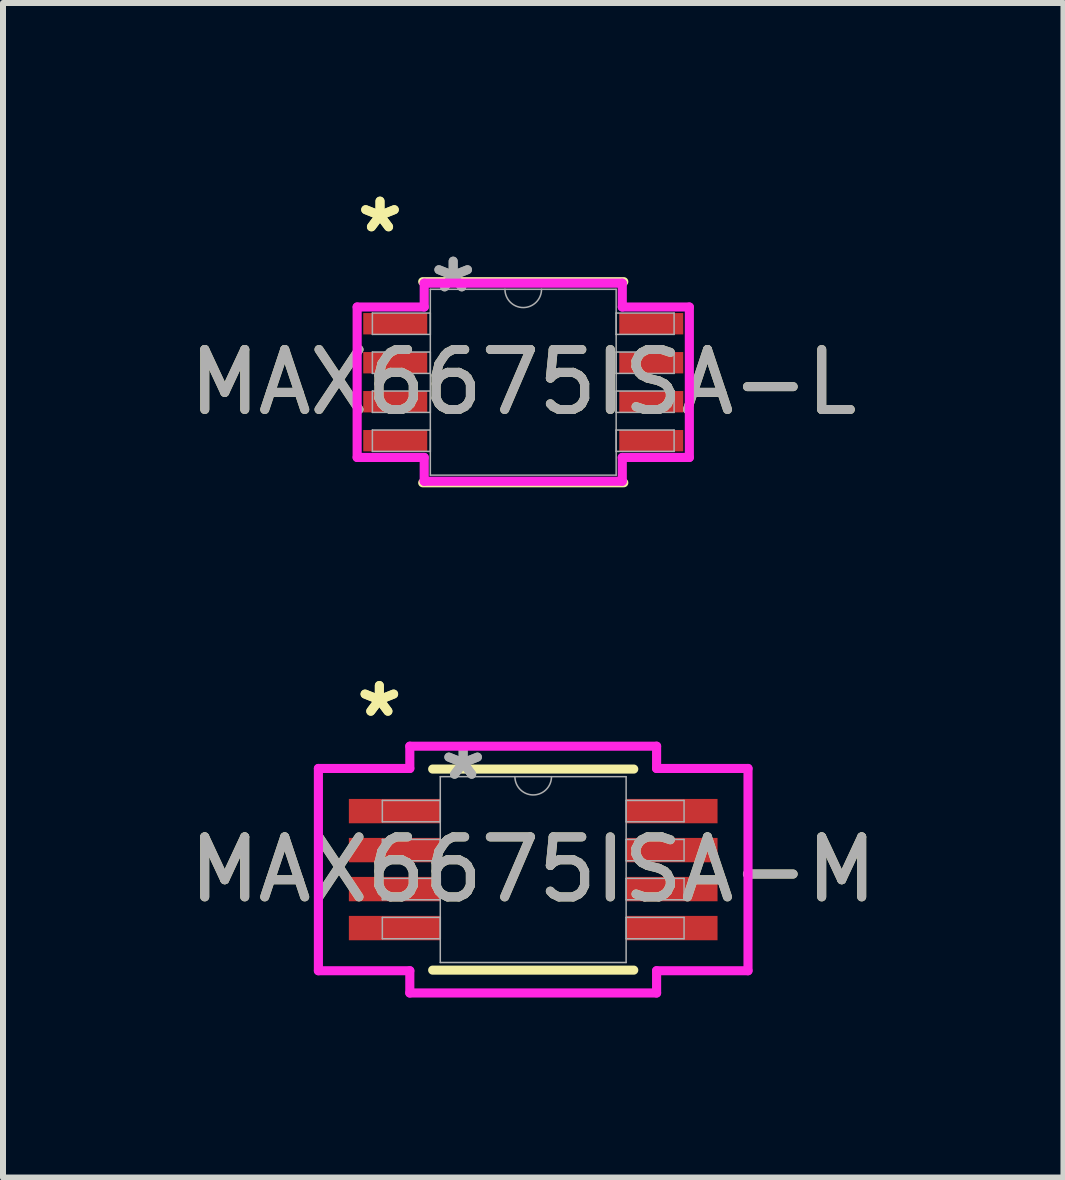
<source format=kicad_pcb>
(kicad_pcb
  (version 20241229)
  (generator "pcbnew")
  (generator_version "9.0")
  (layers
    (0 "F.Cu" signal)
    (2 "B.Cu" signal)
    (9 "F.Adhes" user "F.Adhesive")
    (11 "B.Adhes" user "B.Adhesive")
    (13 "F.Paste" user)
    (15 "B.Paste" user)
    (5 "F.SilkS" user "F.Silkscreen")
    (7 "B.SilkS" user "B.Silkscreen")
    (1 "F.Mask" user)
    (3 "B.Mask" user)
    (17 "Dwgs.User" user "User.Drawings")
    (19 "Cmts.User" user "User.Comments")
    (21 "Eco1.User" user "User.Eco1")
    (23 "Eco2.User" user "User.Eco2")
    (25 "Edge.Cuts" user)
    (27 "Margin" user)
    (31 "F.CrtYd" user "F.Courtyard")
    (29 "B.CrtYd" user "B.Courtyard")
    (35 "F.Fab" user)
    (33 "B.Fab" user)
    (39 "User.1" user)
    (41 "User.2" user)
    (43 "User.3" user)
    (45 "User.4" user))
  (footprint "MAX6675ISA-L"
    (layer "F.Cu")
    (at 5.673 3.322)
    (property "Reference" "MAX6675ISA-L" (at 0 0 0) (unlocked yes) (layer "F.SilkS") (effects (font (size 1 1) (thickness 0.15))))
    (attr smd)
    (fp_line (start -1.676 1.676) (end 1.676 1.676) (stroke (width 0.152) (type solid)) (layer "F.SilkS"))
    (fp_line (start 1.676 -1.676) (end -1.676 -1.676) (stroke (width 0.152) (type solid)) (layer "F.SilkS"))
    (fp_line (start -2.769 -1.254) (end -1.651 -1.254) (stroke (width 0.152) (type solid)) (layer "F.CrtYd"))
    (fp_line (start -2.769 1.254) (end -2.769 -1.254) (stroke (width 0.152) (type solid)) (layer "F.CrtYd"))
    (fp_line (start -2.769 1.254) (end -1.651 1.254) (stroke (width 0.152) (type solid)) (layer "F.CrtYd"))
    (fp_line (start -1.651 -1.651) (end 1.651 -1.651) (stroke (width 0.152) (type solid)) (layer "F.CrtYd"))
    (fp_line (start -1.651 -1.254) (end -1.651 -1.651) (stroke (width 0.152) (type solid)) (layer "F.CrtYd"))
    (fp_line (start -1.651 1.651) (end -1.651 1.254) (stroke (width 0.152) (type solid)) (layer "F.CrtYd"))
    (fp_line (start 1.651 -1.651) (end 1.651 -1.254) (stroke (width 0.152) (type solid)) (layer "F.CrtYd"))
    (fp_line (start 1.651 1.254) (end 1.651 1.651) (stroke (width 0.152) (type solid)) (layer "F.CrtYd"))
    (fp_line (start 1.651 1.651) (end -1.651 1.651) (stroke (width 0.152) (type solid)) (layer "F.CrtYd"))
    (fp_line (start 2.769 -1.254) (end 1.651 -1.254) (stroke (width 0.152) (type solid)) (layer "F.CrtYd"))
    (fp_line (start 2.769 -1.254) (end 2.769 1.254) (stroke (width 0.152) (type solid)) (layer "F.CrtYd"))
    (fp_line (start 2.769 1.254) (end 1.651 1.254) (stroke (width 0.152) (type solid)) (layer "F.CrtYd"))
    (fp_line (start -2.515 -1.153) (end -2.515 -0.797) (stroke (width 0.025) (type solid)) (layer "F.Fab"))
    (fp_line (start -2.515 -0.797) (end -1.549 -0.797) (stroke (width 0.025) (type solid)) (layer "F.Fab"))
    (fp_line (start -2.515 -0.503) (end -2.515 -0.147) (stroke (width 0.025) (type solid)) (layer "F.Fab"))
    (fp_line (start -2.515 -0.147) (end -1.549 -0.147) (stroke (width 0.025) (type solid)) (layer "F.Fab"))
    (fp_line (start -2.515 0.147) (end -2.515 0.503) (stroke (width 0.025) (type solid)) (layer "F.Fab"))
    (fp_line (start -2.515 0.503) (end -1.549 0.503) (stroke (width 0.025) (type solid)) (layer "F.Fab"))
    (fp_line (start -2.515 0.797) (end -2.515 1.153) (stroke (width 0.025) (type solid)) (layer "F.Fab"))
    (fp_line (start -2.515 1.153) (end -1.549 1.153) (stroke (width 0.025) (type solid)) (layer "F.Fab"))
    (fp_line (start -1.549 -1.549) (end -1.549 1.549) (stroke (width 0.025) (type solid)) (layer "F.Fab"))
    (fp_line (start -1.549 -1.153) (end -2.515 -1.153) (stroke (width 0.025) (type solid)) (layer "F.Fab"))
    (fp_line (start -1.549 -0.797) (end -1.549 -1.153) (stroke (width 0.025) (type solid)) (layer "F.Fab"))
    (fp_line (start -1.549 -0.503) (end -2.515 -0.503) (stroke (width 0.025) (type solid)) (layer "F.Fab"))
    (fp_line (start -1.549 -0.147) (end -1.549 -0.503) (stroke (width 0.025) (type solid)) (layer "F.Fab"))
    (fp_line (start -1.549 0.147) (end -2.515 0.147) (stroke (width 0.025) (type solid)) (layer "F.Fab"))
    (fp_line (start -1.549 0.503) (end -1.549 0.147) (stroke (width 0.025) (type solid)) (layer "F.Fab"))
    (fp_line (start -1.549 0.797) (end -2.515 0.797) (stroke (width 0.025) (type solid)) (layer "F.Fab"))
    (fp_line (start -1.549 1.153) (end -1.549 0.797) (stroke (width 0.025) (type solid)) (layer "F.Fab"))
    (fp_line (start -1.549 1.549) (end 1.549 1.549) (stroke (width 0.025) (type solid)) (layer "F.Fab"))
    (fp_line (start 1.549 -1.549) (end -1.549 -1.549) (stroke (width 0.025) (type solid)) (layer "F.Fab"))
    (fp_line (start 1.549 -1.153) (end 1.549 -0.797) (stroke (width 0.025) (type solid)) (layer "F.Fab"))
    (fp_line (start 1.549 -0.797) (end 2.515 -0.797) (stroke (width 0.025) (type solid)) (layer "F.Fab"))
    (fp_line (start 1.549 -0.503) (end 1.549 -0.147) (stroke (width 0.025) (type solid)) (layer "F.Fab"))
    (fp_line (start 1.549 -0.147) (end 2.515 -0.147) (stroke (width 0.025) (type solid)) (layer "F.Fab"))
    (fp_line (start 1.549 0.147) (end 1.549 0.503) (stroke (width 0.025) (type solid)) (layer "F.Fab"))
    (fp_line (start 1.549 0.503) (end 2.515 0.503) (stroke (width 0.025) (type solid)) (layer "F.Fab"))
    (fp_line (start 1.549 0.797) (end 1.549 1.153) (stroke (width 0.025) (type solid)) (layer "F.Fab"))
    (fp_line (start 1.549 1.153) (end 2.515 1.153) (stroke (width 0.025) (type solid)) (layer "F.Fab"))
    (fp_line (start 1.549 1.549) (end 1.549 -1.549) (stroke (width 0.025) (type solid)) (layer "F.Fab"))
    (fp_line (start 2.515 -1.153) (end 1.549 -1.153) (stroke (width 0.025) (type solid)) (layer "F.Fab"))
    (fp_line (start 2.515 -0.797) (end 2.515 -1.153) (stroke (width 0.025) (type solid)) (layer "F.Fab"))
    (fp_line (start 2.515 -0.503) (end 1.549 -0.503) (stroke (width 0.025) (type solid)) (layer "F.Fab"))
    (fp_line (start 2.515 -0.147) (end 2.515 -0.503) (stroke (width 0.025) (type solid)) (layer "F.Fab"))
    (fp_line (start 2.515 0.147) (end 1.549 0.147) (stroke (width 0.025) (type solid)) (layer "F.Fab"))
    (fp_line (start 2.515 0.503) (end 2.515 0.147) (stroke (width 0.025) (type solid)) (layer "F.Fab"))
    (fp_line (start 2.515 0.797) (end 1.549 0.797) (stroke (width 0.025) (type solid)) (layer "F.Fab"))
    (fp_line (start 2.515 1.153) (end 2.515 0.797) (stroke (width 0.025) (type solid)) (layer "F.Fab"))
    (fp_arc (start 0.3048 -1.5494) (mid 0 -1.2446) (end -0.3048 -1.5494) (stroke (width 0.0254) (type solid)) (layer "F.Fab"))
    (fp_text user "*" (at -2.388 -2.474 0) (unlocked yes) (layer "F.SilkS") (effects (font (size 1 1) (thickness 0.15))))
    (fp_text user "*" (at -2.388 -2.474 0) (layer "F.SilkS") (effects (font (size 1 1) (thickness 0.15))))
    (fp_text user "${REFERENCE}" (at 0 0 0) (unlocked yes) (layer "F.Fab") (effects (font (size 1 1) (thickness 0.15))))
    (fp_text user "*" (at -1.168 -1.473 0) (unlocked yes) (layer "F.Fab") (effects (font (size 1 1) (thickness 0.15))))
    (fp_text user "*" (at -1.168 -1.473 0) (layer "F.Fab") (effects (font (size 1 1) (thickness 0.15))))
    (pad "1" smd rect (at -2.134 -0.975) (size 1.067 0.356) (layers "F.Cu" "F.Mask" "F.Paste"))
    (pad "2" smd rect (at -2.134 -0.325) (size 1.067 0.356) (layers "F.Cu" "F.Mask" "F.Paste"))
    (pad "3" smd rect (at -2.134 0.325) (size 1.067 0.356) (layers "F.Cu" "F.Mask" "F.Paste"))
    (pad "4" smd rect (at -2.134 0.975) (size 1.067 0.356) (layers "F.Cu" "F.Mask" "F.Paste"))
    (pad "5" smd rect (at 2.134 0.975) (size 1.067 0.356) (layers "F.Cu" "F.Mask" "F.Paste"))
    (pad "6" smd rect (at 2.134 0.325) (size 1.067 0.356) (layers "F.Cu" "F.Mask" "F.Paste"))
    (pad "7" smd rect (at 2.134 -0.325) (size 1.067 0.356) (layers "F.Cu" "F.Mask" "F.Paste"))
    (pad "8" smd rect (at 2.134 -0.975) (size 1.067 0.356) (layers "F.Cu" "F.Mask" "F.Paste")))
  (footprint "MAX6675ISA-M"
    (layer "F.Cu")
    (at 5.839 11.447)
    (property "Reference" "MAX6675ISA-M" (at 0 0 0) (unlocked yes) (layer "F.SilkS") (effects (font (size 1 1) (thickness 0.15))))
    (attr smd)
    (fp_line (start -1.676 1.676) (end 1.676 1.676) (stroke (width 0.152) (type solid)) (layer "F.SilkS"))
    (fp_line (start 1.676 -1.676) (end -1.676 -1.676) (stroke (width 0.152) (type solid)) (layer "F.SilkS"))
    (fp_line (start -3.581 -1.686) (end -2.057 -1.686) (stroke (width 0.152) (type solid)) (layer "F.CrtYd"))
    (fp_line (start -3.581 1.686) (end -3.581 -1.686) (stroke (width 0.152) (type solid)) (layer "F.CrtYd"))
    (fp_line (start -3.581 1.686) (end -2.057 1.686) (stroke (width 0.152) (type solid)) (layer "F.CrtYd"))
    (fp_line (start -2.057 -2.057) (end 2.057 -2.057) (stroke (width 0.152) (type solid)) (layer "F.CrtYd"))
    (fp_line (start -2.057 -1.686) (end -2.057 -2.057) (stroke (width 0.152) (type solid)) (layer "F.CrtYd"))
    (fp_line (start -2.057 2.057) (end -2.057 1.686) (stroke (width 0.152) (type solid)) (layer "F.CrtYd"))
    (fp_line (start 2.057 -2.057) (end 2.057 -1.686) (stroke (width 0.152) (type solid)) (layer "F.CrtYd"))
    (fp_line (start 2.057 1.686) (end 2.057 2.057) (stroke (width 0.152) (type solid)) (layer "F.CrtYd"))
    (fp_line (start 2.057 2.057) (end -2.057 2.057) (stroke (width 0.152) (type solid)) (layer "F.CrtYd"))
    (fp_line (start 3.581 -1.686) (end 2.057 -1.686) (stroke (width 0.152) (type solid)) (layer "F.CrtYd"))
    (fp_line (start 3.581 -1.686) (end 3.581 1.686) (stroke (width 0.152) (type solid)) (layer "F.CrtYd"))
    (fp_line (start 3.581 1.686) (end 2.057 1.686) (stroke (width 0.152) (type solid)) (layer "F.CrtYd"))
    (fp_line (start -2.515 -1.153) (end -2.515 -0.797) (stroke (width 0.025) (type solid)) (layer "F.Fab"))
    (fp_line (start -2.515 -0.797) (end -1.549 -0.797) (stroke (width 0.025) (type solid)) (layer "F.Fab"))
    (fp_line (start -2.515 -0.503) (end -2.515 -0.147) (stroke (width 0.025) (type solid)) (layer "F.Fab"))
    (fp_line (start -2.515 -0.147) (end -1.549 -0.147) (stroke (width 0.025) (type solid)) (layer "F.Fab"))
    (fp_line (start -2.515 0.147) (end -2.515 0.503) (stroke (width 0.025) (type solid)) (layer "F.Fab"))
    (fp_line (start -2.515 0.503) (end -1.549 0.503) (stroke (width 0.025) (type solid)) (layer "F.Fab"))
    (fp_line (start -2.515 0.797) (end -2.515 1.153) (stroke (width 0.025) (type solid)) (layer "F.Fab"))
    (fp_line (start -2.515 1.153) (end -1.549 1.153) (stroke (width 0.025) (type solid)) (layer "F.Fab"))
    (fp_line (start -1.549 -1.549) (end -1.549 1.549) (stroke (width 0.025) (type solid)) (layer "F.Fab"))
    (fp_line (start -1.549 -1.153) (end -2.515 -1.153) (stroke (width 0.025) (type solid)) (layer "F.Fab"))
    (fp_line (start -1.549 -0.797) (end -1.549 -1.153) (stroke (width 0.025) (type solid)) (layer "F.Fab"))
    (fp_line (start -1.549 -0.503) (end -2.515 -0.503) (stroke (width 0.025) (type solid)) (layer "F.Fab"))
    (fp_line (start -1.549 -0.147) (end -1.549 -0.503) (stroke (width 0.025) (type solid)) (layer "F.Fab"))
    (fp_line (start -1.549 0.147) (end -2.515 0.147) (stroke (width 0.025) (type solid)) (layer "F.Fab"))
    (fp_line (start -1.549 0.503) (end -1.549 0.147) (stroke (width 0.025) (type solid)) (layer "F.Fab"))
    (fp_line (start -1.549 0.797) (end -2.515 0.797) (stroke (width 0.025) (type solid)) (layer "F.Fab"))
    (fp_line (start -1.549 1.153) (end -1.549 0.797) (stroke (width 0.025) (type solid)) (layer "F.Fab"))
    (fp_line (start -1.549 1.549) (end 1.549 1.549) (stroke (width 0.025) (type solid)) (layer "F.Fab"))
    (fp_line (start 1.549 -1.549) (end -1.549 -1.549) (stroke (width 0.025) (type solid)) (layer "F.Fab"))
    (fp_line (start 1.549 -1.153) (end 1.549 -0.797) (stroke (width 0.025) (type solid)) (layer "F.Fab"))
    (fp_line (start 1.549 -0.797) (end 2.515 -0.797) (stroke (width 0.025) (type solid)) (layer "F.Fab"))
    (fp_line (start 1.549 -0.503) (end 1.549 -0.147) (stroke (width 0.025) (type solid)) (layer "F.Fab"))
    (fp_line (start 1.549 -0.147) (end 2.515 -0.147) (stroke (width 0.025) (type solid)) (layer "F.Fab"))
    (fp_line (start 1.549 0.147) (end 1.549 0.503) (stroke (width 0.025) (type solid)) (layer "F.Fab"))
    (fp_line (start 1.549 0.503) (end 2.515 0.503) (stroke (width 0.025) (type solid)) (layer "F.Fab"))
    (fp_line (start 1.549 0.797) (end 1.549 1.153) (stroke (width 0.025) (type solid)) (layer "F.Fab"))
    (fp_line (start 1.549 1.153) (end 2.515 1.153) (stroke (width 0.025) (type solid)) (layer "F.Fab"))
    (fp_line (start 1.549 1.549) (end 1.549 -1.549) (stroke (width 0.025) (type solid)) (layer "F.Fab"))
    (fp_line (start 2.515 -1.153) (end 1.549 -1.153) (stroke (width 0.025) (type solid)) (layer "F.Fab"))
    (fp_line (start 2.515 -0.797) (end 2.515 -1.153) (stroke (width 0.025) (type solid)) (layer "F.Fab"))
    (fp_line (start 2.515 -0.503) (end 1.549 -0.503) (stroke (width 0.025) (type solid)) (layer "F.Fab"))
    (fp_line (start 2.515 -0.147) (end 2.515 -0.503) (stroke (width 0.025) (type solid)) (layer "F.Fab"))
    (fp_line (start 2.515 0.147) (end 1.549 0.147) (stroke (width 0.025) (type solid)) (layer "F.Fab"))
    (fp_line (start 2.515 0.503) (end 2.515 0.147) (stroke (width 0.025) (type solid)) (layer "F.Fab"))
    (fp_line (start 2.515 0.797) (end 1.549 0.797) (stroke (width 0.025) (type solid)) (layer "F.Fab"))
    (fp_line (start 2.515 1.153) (end 2.515 0.797) (stroke (width 0.025) (type solid)) (layer "F.Fab"))
    (fp_arc (start 0.3048 -1.5494) (mid 0 -1.2446) (end -0.3048 -1.5494) (stroke (width 0.0254) (type solid)) (layer "F.Fab"))
    (fp_text user "*" (at -2.565 -2.524 0) (layer "F.SilkS") (effects (font (size 1 1) (thickness 0.15))))
    (fp_text user "*" (at -2.565 -2.524 0) (unlocked yes) (layer "F.SilkS") (effects (font (size 1 1) (thickness 0.15))))
    (fp_text user "*" (at -1.168 -1.473 0) (layer "F.Fab") (effects (font (size 1 1) (thickness 0.15))))
    (fp_text user "*" (at -1.168 -1.473 0) (unlocked yes) (layer "F.Fab") (effects (font (size 1 1) (thickness 0.15))))
    (fp_text user "${REFERENCE}" (at 0 0 0) (unlocked yes) (layer "F.Fab") (effects (font (size 1 1) (thickness 0.15))))
    (pad "1" smd rect (at -2.311 -0.975) (size 1.524 0.406) (layers "F.Cu" "F.Mask" "F.Paste"))
    (pad "2" smd rect (at -2.311 -0.325) (size 1.524 0.406) (layers "F.Cu" "F.Mask" "F.Paste"))
    (pad "3" smd rect (at -2.311 0.325) (size 1.524 0.406) (layers "F.Cu" "F.Mask" "F.Paste"))
    (pad "4" smd rect (at -2.311 0.975) (size 1.524 0.406) (layers "F.Cu" "F.Mask" "F.Paste"))
    (pad "5" smd rect (at 2.311 0.975) (size 1.524 0.406) (layers "F.Cu" "F.Mask" "F.Paste"))
    (pad "6" smd rect (at 2.311 0.325) (size 1.524 0.406) (layers "F.Cu" "F.Mask" "F.Paste"))
    (pad "7" smd rect (at 2.311 -0.325) (size 1.524 0.406) (layers "F.Cu" "F.Mask" "F.Paste"))
    (pad "8" smd rect (at 2.311 -0.975) (size 1.524 0.406) (layers "F.Cu" "F.Mask" "F.Paste")))
  (gr_rect
    (start -3 -3)
    (end 14.679 16.581)
    (stroke (width 0.1) (type default))
    (fill no)
    (layer "Edge.Cuts")))
</source>
